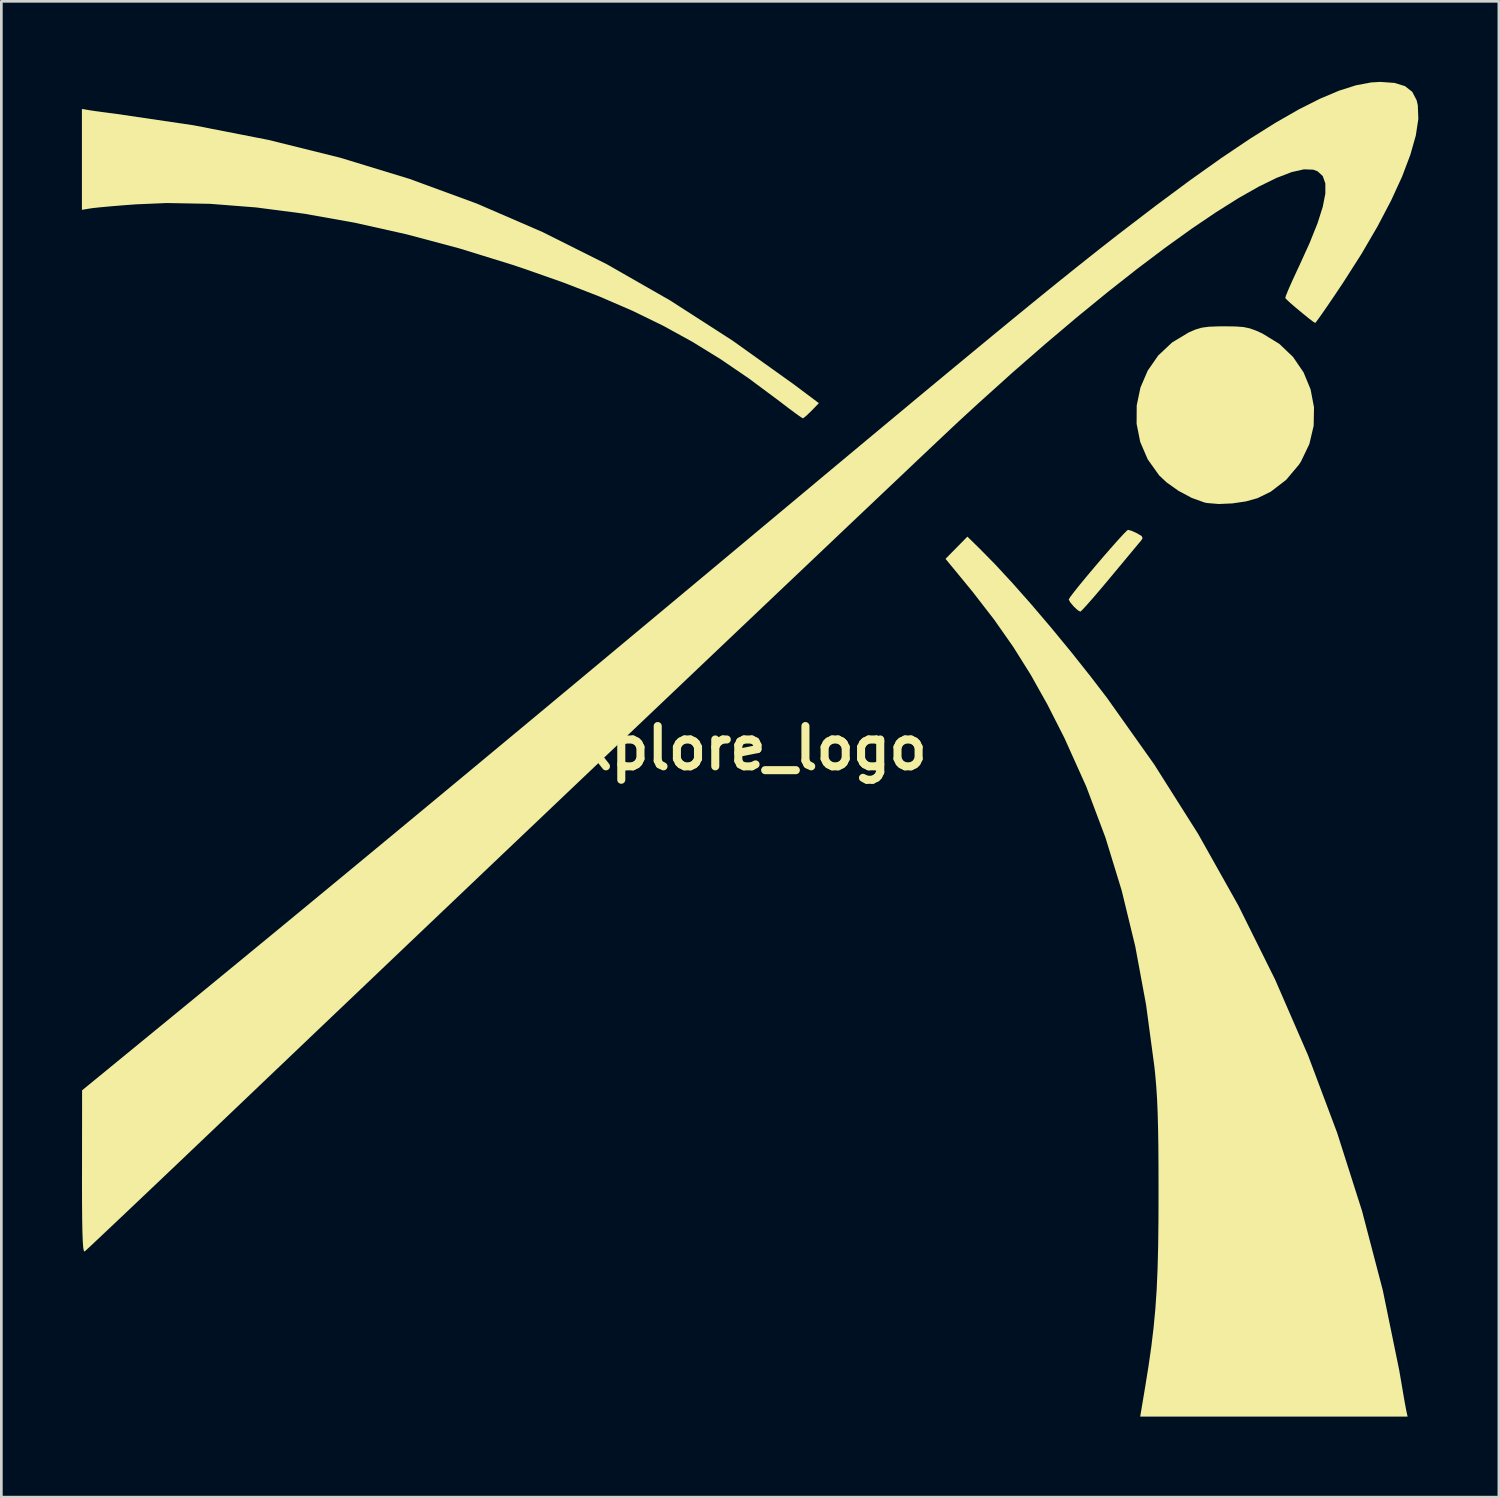
<source format=kicad_pcb>
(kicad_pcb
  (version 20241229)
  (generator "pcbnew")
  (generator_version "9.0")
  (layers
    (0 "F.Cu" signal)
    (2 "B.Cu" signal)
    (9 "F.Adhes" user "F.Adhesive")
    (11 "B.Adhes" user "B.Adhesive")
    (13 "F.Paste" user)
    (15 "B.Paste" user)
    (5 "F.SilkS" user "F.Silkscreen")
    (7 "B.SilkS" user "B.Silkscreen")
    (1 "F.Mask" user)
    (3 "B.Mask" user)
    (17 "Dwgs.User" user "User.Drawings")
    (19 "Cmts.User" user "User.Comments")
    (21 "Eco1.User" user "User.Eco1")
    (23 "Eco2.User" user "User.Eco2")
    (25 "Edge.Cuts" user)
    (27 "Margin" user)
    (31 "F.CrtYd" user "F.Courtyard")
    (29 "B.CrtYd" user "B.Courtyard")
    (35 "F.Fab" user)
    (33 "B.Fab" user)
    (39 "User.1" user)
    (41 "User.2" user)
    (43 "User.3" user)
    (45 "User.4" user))
  (footprint "xplore_logo"
    (layer "F.Cu")
    (at 24.977 24.807)
    (property "Reference" "xplore_logo" (at 0 0 0) (layer "F.SilkS") (effects (font (size 1.5 1.5) (thickness 0.3))))
    (attr board_only exclude_from_pos_files exclude_from_bom)
    (fp_poly (pts (xy 14.106 -8.092) (xy 14.303 -8.004) (xy 14.32 -7.995) (xy 14.486 -7.895) (xy 14.519 -7.814) (xy 14.457 -7.72) (xy 14.366 -7.612) (xy 14.186 -7.397) (xy 13.937 -7.097) (xy 13.637 -6.737) (xy 13.305 -6.338) (xy 13.298 -6.329) (xy 12.972 -5.941) (xy 12.682 -5.602) (xy 12.445 -5.332) (xy 12.278 -5.151) (xy 12.2 -5.08) (xy 12.199 -5.08) (xy 12.103 -5.136) (xy 11.958 -5.27) (xy 11.953 -5.276) (xy 11.824 -5.43) (xy 11.769 -5.533) (xy 11.769 -5.534) (xy 11.821 -5.623) (xy 11.965 -5.813) (xy 12.179 -6.081) (xy 12.444 -6.402) (xy 12.738 -6.752) (xy 13.042 -7.108) (xy 13.334 -7.444) (xy 13.595 -7.738) (xy 13.803 -7.965) (xy 13.938 -8.1) (xy 13.978 -8.128)) (stroke (width 0) (type solid)) (fill yes) (layer "F.SilkS"))
    (fp_poly (pts (xy 17.975 -15.701) (xy 18.27 -15.68) (xy 18.507 -15.631) (xy 18.746 -15.545) (xy 18.982 -15.437) (xy 19.61 -15.053) (xy 20.122 -14.564) (xy 20.512 -13.993) (xy 20.774 -13.36) (xy 20.902 -12.69) (xy 20.889 -12.003) (xy 20.729 -11.323) (xy 20.416 -10.67) (xy 20.341 -10.555) (xy 19.863 -9.987) (xy 19.291 -9.548) (xy 18.796 -9.306) (xy 18.365 -9.186) (xy 17.863 -9.112) (xy 17.359 -9.09) (xy 16.922 -9.126) (xy 16.816 -9.148) (xy 16.347 -9.318) (xy 15.856 -9.58) (xy 15.411 -9.896) (xy 15.137 -10.154) (xy 14.71 -10.752) (xy 14.431 -11.4) (xy 14.296 -12.077) (xy 14.3 -12.759) (xy 14.439 -13.426) (xy 14.708 -14.053) (xy 15.102 -14.621) (xy 15.618 -15.105) (xy 16.238 -15.479) (xy 16.49 -15.587) (xy 16.721 -15.655) (xy 16.984 -15.691) (xy 17.334 -15.704) (xy 17.568 -15.706)) (stroke (width 0) (type solid)) (fill yes) (layer "F.SilkS"))
    (fp_poly (pts (xy -24.701 -23.754) (xy -24.488 -23.722) (xy -24.167 -23.678) (xy -23.8 -23.63) (xy -23.707 -23.618) (xy -20.813 -23.191) (xy -18.035 -22.648) (xy -15.359 -21.984) (xy -12.773 -21.194) (xy -10.265 -20.273) (xy -7.821 -19.215) (xy -5.43 -18.017) (xy -3.078 -16.672) (xy -0.753 -15.176) (xy 1.508 -13.562) (xy 2.465 -12.845) (xy 2.19 -12.561) (xy 2.017 -12.393) (xy 1.895 -12.293) (xy 1.867 -12.28) (xy 1.786 -12.33) (xy 1.598 -12.464) (xy 1.329 -12.664) (xy 1.005 -12.911) (xy 0.931 -12.967) (xy -0.141 -13.764) (xy -1.193 -14.481) (xy -2.25 -15.132) (xy -3.338 -15.73) (xy -4.484 -16.288) (xy -5.713 -16.819) (xy -7.052 -17.338) (xy -8.527 -17.856) (xy -8.932 -17.992) (xy -10.924 -18.608) (xy -12.892 -19.133) (xy -14.819 -19.564) (xy -16.691 -19.898) (xy -18.491 -20.133) (xy -20.205 -20.267) (xy -21.815 -20.297) (xy -22.971 -20.248) (xy -23.462 -20.211) (xy -23.917 -20.173) (xy -24.299 -20.138) (xy -24.57 -20.109) (xy -24.659 -20.096) (xy -24.977 -20.044) (xy -24.977 -21.921) (xy -24.977 -23.799)) (stroke (width 0) (type solid)) (fill yes) (layer "F.SilkS"))
    (fp_poly (pts (xy 8.45 -7.43) (xy 9.032 -6.838) (xy 9.685 -6.132) (xy 10.388 -5.337) (xy 11.119 -4.478) (xy 11.856 -3.583) (xy 12.576 -2.676) (xy 13.191 -1.874) (xy 14.948 0.603) (xy 16.582 3.186) (xy 18.085 5.862) (xy 19.453 8.618) (xy 20.681 11.442) (xy 21.762 14.321) (xy 22.692 17.241) (xy 23.464 20.19) (xy 24.073 23.155) (xy 24.168 23.707) (xy 24.231 24.078) (xy 24.288 24.404) (xy 24.331 24.635) (xy 24.345 24.701) (xy 24.387 24.892) (xy 19.409 24.892) (xy 14.43 24.892) (xy 14.617 23.775) (xy 14.743 22.991) (xy 14.846 22.267) (xy 14.929 21.574) (xy 14.994 20.883) (xy 15.043 20.165) (xy 15.077 19.391) (xy 15.099 18.532) (xy 15.11 17.559) (xy 15.113 16.552) (xy 15.111 15.608) (xy 15.106 14.809) (xy 15.095 14.132) (xy 15.079 13.552) (xy 15.057 13.046) (xy 15.027 12.59) (xy 14.99 12.16) (xy 14.959 11.866) (xy 14.649 9.558) (xy 14.245 7.377) (xy 13.742 5.307) (xy 13.136 3.331) (xy 12.422 1.433) (xy 11.606 -0.381) (xy 10.977 -1.619) (xy 10.351 -2.736) (xy 9.699 -3.775) (xy 8.993 -4.782) (xy 8.205 -5.801) (xy 7.981 -6.076) (xy 7.181 -7.048) (xy 7.588 -7.461) (xy 7.995 -7.875)) (stroke (width 0) (type solid)) (fill yes) (layer "F.SilkS"))
    (fp_poly (pts (xy 23.897 -24.77) (xy 24.289 -24.65) (xy 24.56 -24.438) (xy 24.723 -24.126) (xy 24.767 -23.939) (xy 24.787 -23.431) (xy 24.693 -22.812) (xy 24.489 -22.093) (xy 24.182 -21.282) (xy 23.773 -20.391) (xy 23.269 -19.43) (xy 22.673 -18.408) (xy 21.99 -17.338) (xy 21.961 -17.294) (xy 21.668 -16.857) (xy 21.406 -16.472) (xy 21.19 -16.16) (xy 21.035 -15.942) (xy 20.954 -15.838) (xy 20.946 -15.833) (xy 20.864 -15.883) (xy 20.693 -16.014) (xy 20.471 -16.194) (xy 20.235 -16.39) (xy 20.025 -16.571) (xy 19.878 -16.707) (xy 19.832 -16.76) (xy 19.858 -16.852) (xy 19.946 -17.069) (xy 20.084 -17.381) (xy 20.259 -17.761) (xy 20.35 -17.954) (xy 20.742 -18.817) (xy 21.035 -19.549) (xy 21.228 -20.157) (xy 21.324 -20.648) (xy 21.324 -21.028) (xy 21.227 -21.302) (xy 21.035 -21.478) (xy 20.875 -21.539) (xy 20.526 -21.552) (xy 20.067 -21.448) (xy 19.504 -21.231) (xy 18.844 -20.908) (xy 18.093 -20.482) (xy 17.259 -19.958) (xy 16.348 -19.342) (xy 15.367 -18.637) (xy 14.323 -17.85) (xy 13.223 -16.984) (xy 12.074 -16.045) (xy 10.882 -15.037) (xy 9.654 -13.966) (xy 8.398 -12.835) (xy 7.664 -12.16) (xy 7.458 -11.967) (xy 7.136 -11.664) (xy 6.706 -11.258) (xy 6.173 -10.755) (xy 5.547 -10.161) (xy 4.832 -9.484) (xy 4.036 -8.73) (xy 3.167 -7.906) (xy 2.231 -7.017) (xy 1.234 -6.072) (xy 0.185 -5.076) (xy -0.91 -4.036) (xy -2.044 -2.959) (xy -3.21 -1.851) (xy -4.402 -0.719) (xy -5.611 0.43) (xy -6.831 1.59) (xy -8.056 2.755) (xy -9.278 3.916) (xy -10.49 5.069) (xy -11.685 6.206) (xy -12.857 7.321) (xy -13.997 8.407) (xy -15.1 9.457) (xy -16.159 10.465) (xy -17.166 11.425) (xy -18.114 12.328) (xy -18.378 12.58) (xy -19.255 13.416) (xy -20.098 14.219) (xy -20.899 14.981) (xy -21.65 15.696) (xy -22.343 16.354) (xy -22.97 16.949) (xy -23.522 17.472) (xy -23.992 17.916) (xy -24.37 18.273) (xy -24.65 18.536) (xy -24.822 18.695) (xy -24.878 18.745) (xy -24.905 18.72) (xy -24.927 18.599) (xy -24.945 18.371) (xy -24.958 18.025) (xy -24.967 17.549) (xy -24.972 16.931) (xy -24.974 16.161) (xy -24.973 15.774) (xy -24.97 12.742) (xy -21.146 9.61) (xy -19.312 8.104) (xy -17.353 6.492) (xy -15.273 4.775) (xy -13.077 2.958) (xy -10.768 1.043) (xy -8.35 -0.966) (xy -5.827 -3.066) (xy -3.203 -5.253) (xy -0.481 -7.525) (xy 0.088 -8.001) (xy 1.569 -9.238) (xy 2.928 -10.373) (xy 4.172 -11.41) (xy 5.31 -12.358) (xy 6.348 -13.222) (xy 7.295 -14.007) (xy 8.158 -14.721) (xy 8.944 -15.37) (xy 9.661 -15.959) (xy 10.317 -16.496) (xy 10.919 -16.986) (xy 11.476 -17.436) (xy 11.993 -17.851) (xy 12.48 -18.239) (xy 12.943 -18.605) (xy 13.39 -18.955) (xy 13.631 -19.143) (xy 15.015 -20.202) (xy 16.285 -21.144) (xy 17.448 -21.97) (xy 18.509 -22.684) (xy 19.473 -23.289) (xy 20.345 -23.788) (xy 21.131 -24.184) (xy 21.836 -24.481) (xy 22.466 -24.681) (xy 23.025 -24.787) (xy 23.366 -24.807)) (stroke (width 0) (type solid)) (fill yes) (layer "F.SilkS")))
  (gr_rect
    (start -3 -3)
    (end 52.763 52.699)
    (stroke (width 0.1) (type default))
    (fill no)
    (layer "Edge.Cuts")))
</source>
